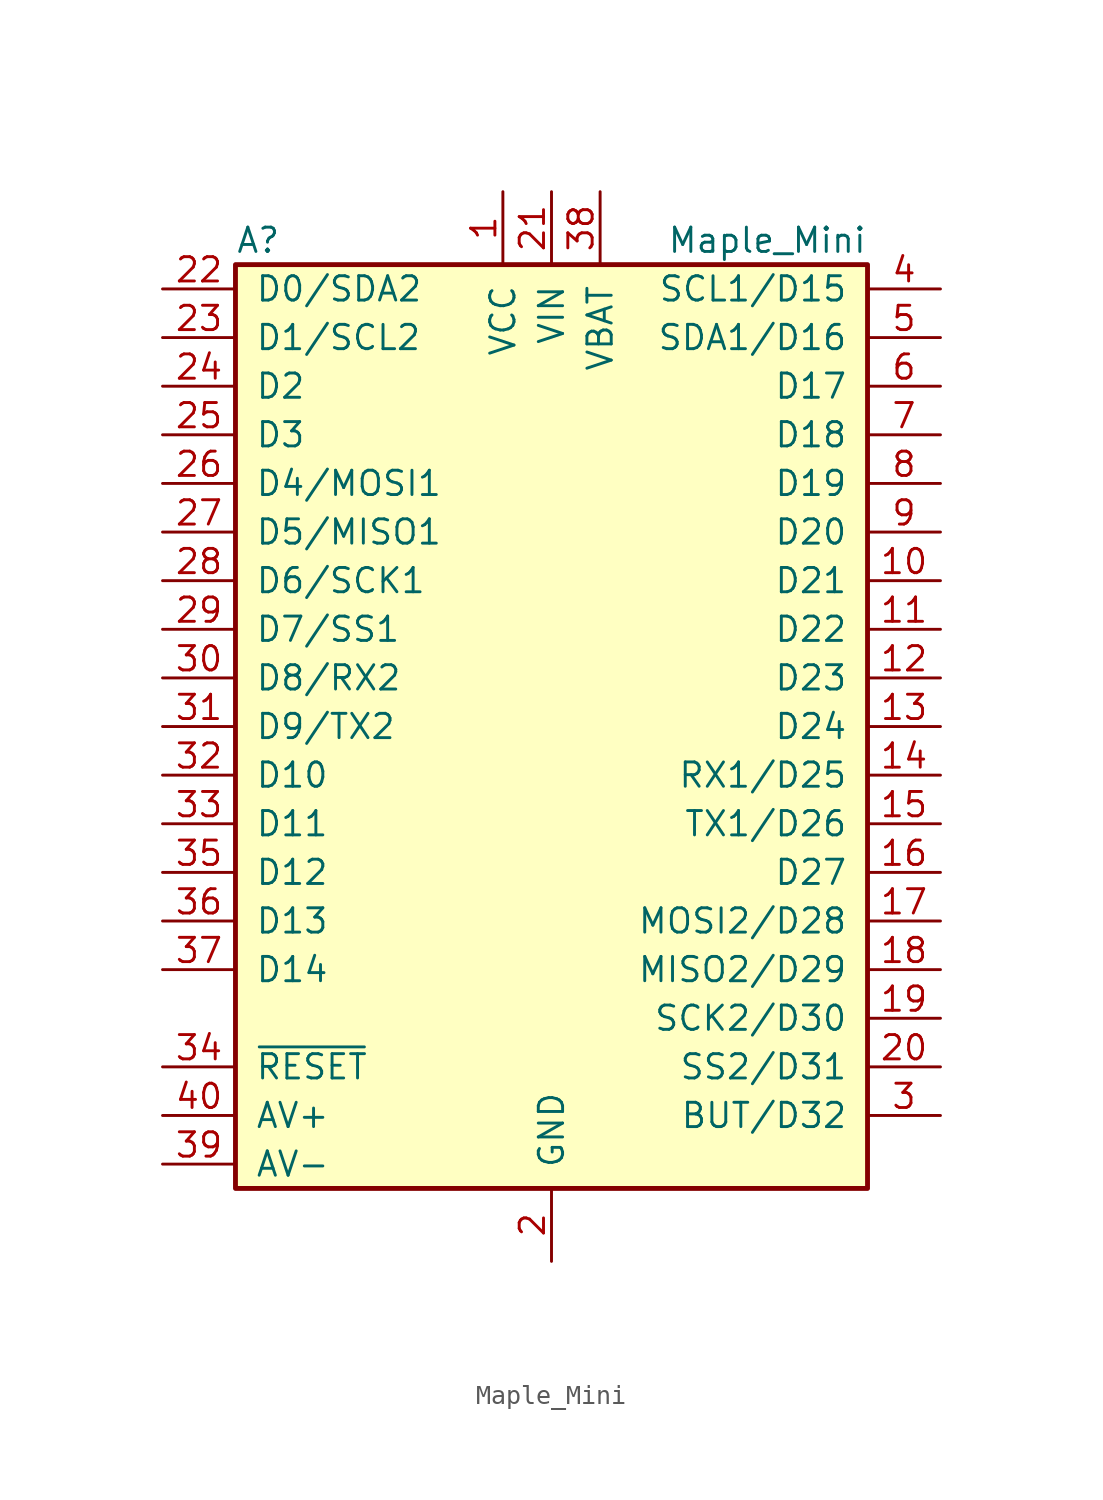
<source format=kicad_sym>
(kicad_symbol_lib
  (version 20201005)
  (generator kicad_symbol_editor)
  (symbol "Maple_Mini"
    (pin_names
      (offset 1.016))
    (property "Reference" "A"
      (at -16.51 25.4 0)
      (effects (font (size 1.27 1.27)) (justify left)))
    (property "Value" "Maple_Mini"
      (at 16.51 25.4 0)
      (effects (font (size 1.27 1.27)) (justify right)))
    (symbol "Maple_Mini_0_1"
      (rectangle (start -16.51 24.13) (end 16.51 -24.13) (stroke (width 0.254)) (fill (type background))))
    (symbol "Maple_Mini_1_1"
      (pin power_in line (at -2.54 27.94 270) (length 3.81) (name "VCC" (effects (font (size 1.27 1.27)))) (number "1" (effects (font (size 1.27 1.27)))))
      (pin bidirectional line (at 20.32 7.62 180) (length 3.81) (name "D21" (effects (font (size 1.27 1.27)))) (number "10" (effects (font (size 1.27 1.27)))))
      (pin bidirectional line (at 20.32 5.08 180) (length 3.81) (name "D22" (effects (font (size 1.27 1.27)))) (number "11" (effects (font (size 1.27 1.27)))))
      (pin bidirectional line (at 20.32 2.54 180) (length 3.81) (name "D23" (effects (font (size 1.27 1.27)))) (number "12" (effects (font (size 1.27 1.27)))))
      (pin bidirectional line (at 20.32 0 180) (length 3.81) (name "D24" (effects (font (size 1.27 1.27)))) (number "13" (effects (font (size 1.27 1.27)))))
      (pin bidirectional line (at 20.32 -2.54 180) (length 3.81) (name "RX1/D25" (effects (font (size 1.27 1.27)))) (number "14" (effects (font (size 1.27 1.27)))))
      (pin bidirectional line (at 20.32 -5.08 180) (length 3.81) (name "TX1/D26" (effects (font (size 1.27 1.27)))) (number "15" (effects (font (size 1.27 1.27)))))
      (pin bidirectional line (at 20.32 -7.62 180) (length 3.81) (name "D27" (effects (font (size 1.27 1.27)))) (number "16" (effects (font (size 1.27 1.27)))))
      (pin bidirectional line (at 20.32 -10.16 180) (length 3.81) (name "MOSI2/D28" (effects (font (size 1.27 1.27)))) (number "17" (effects (font (size 1.27 1.27)))))
      (pin bidirectional line (at 20.32 -12.7 180) (length 3.81) (name "MISO2/D29" (effects (font (size 1.27 1.27)))) (number "18" (effects (font (size 1.27 1.27)))))
      (pin bidirectional line (at 20.32 -15.24 180) (length 3.81) (name "SCK2/D30" (effects (font (size 1.27 1.27)))) (number "19" (effects (font (size 1.27 1.27)))))
      (pin power_in line (at 0 -27.94 90) (length 3.81) (name "GND" (effects (font (size 1.27 1.27)))) (number "2" (effects (font (size 1.27 1.27)))))
      (pin bidirectional line (at 20.32 -17.78 180) (length 3.81) (name "SS2/D31" (effects (font (size 1.27 1.27)))) (number "20" (effects (font (size 1.27 1.27)))))
      (pin power_in line (at 0 27.94 270) (length 3.81) (name "VIN" (effects (font (size 1.27 1.27)))) (number "21" (effects (font (size 1.27 1.27)))))
      (pin bidirectional line (at -20.32 22.86 0) (length 3.81) (name "D0/SDA2" (effects (font (size 1.27 1.27)))) (number "22" (effects (font (size 1.27 1.27)))))
      (pin bidirectional line (at -20.32 20.32 0) (length 3.81) (name "D1/SCL2" (effects (font (size 1.27 1.27)))) (number "23" (effects (font (size 1.27 1.27)))))
      (pin bidirectional line (at -20.32 17.78 0) (length 3.81) (name "D2" (effects (font (size 1.27 1.27)))) (number "24" (effects (font (size 1.27 1.27)))))
      (pin bidirectional line (at -20.32 15.24 0) (length 3.81) (name "D3" (effects (font (size 1.27 1.27)))) (number "25" (effects (font (size 1.27 1.27)))))
      (pin bidirectional line (at -20.32 12.7 0) (length 3.81) (name "D4/MOSI1" (effects (font (size 1.27 1.27)))) (number "26" (effects (font (size 1.27 1.27)))))
      (pin bidirectional line (at -20.32 10.16 0) (length 3.81) (name "D5/MISO1" (effects (font (size 1.27 1.27)))) (number "27" (effects (font (size 1.27 1.27)))))
      (pin bidirectional line (at -20.32 7.62 0) (length 3.81) (name "D6/SCK1" (effects (font (size 1.27 1.27)))) (number "28" (effects (font (size 1.27 1.27)))))
      (pin bidirectional line (at -20.32 5.08 0) (length 3.81) (name "D7/SS1" (effects (font (size 1.27 1.27)))) (number "29" (effects (font (size 1.27 1.27)))))
      (pin bidirectional line (at 20.32 -20.32 180) (length 3.81) (name "BUT/D32" (effects (font (size 1.27 1.27)))) (number "3" (effects (font (size 1.27 1.27)))))
      (pin bidirectional line (at -20.32 2.54 0) (length 3.81) (name "D8/RX2" (effects (font (size 1.27 1.27)))) (number "30" (effects (font (size 1.27 1.27)))))
      (pin bidirectional line (at -20.32 0 0) (length 3.81) (name "D9/TX2" (effects (font (size 1.27 1.27)))) (number "31" (effects (font (size 1.27 1.27)))))
      (pin bidirectional line (at -20.32 -2.54 0) (length 3.81) (name "D10" (effects (font (size 1.27 1.27)))) (number "32" (effects (font (size 1.27 1.27)))))
      (pin bidirectional line (at -20.32 -5.08 0) (length 3.81) (name "D11" (effects (font (size 1.27 1.27)))) (number "33" (effects (font (size 1.27 1.27)))))
      (pin input line (at -20.32 -17.78 0) (length 3.81) (name "~RESET" (effects (font (size 1.27 1.27)))) (number "34" (effects (font (size 1.27 1.27)))))
      (pin bidirectional line (at -20.32 -7.62 0) (length 3.81) (name "D12" (effects (font (size 1.27 1.27)))) (number "35" (effects (font (size 1.27 1.27)))))
      (pin bidirectional line (at -20.32 -10.16 0) (length 3.81) (name "D13" (effects (font (size 1.27 1.27)))) (number "36" (effects (font (size 1.27 1.27)))))
      (pin bidirectional line (at -20.32 -12.7 0) (length 3.81) (name "D14" (effects (font (size 1.27 1.27)))) (number "37" (effects (font (size 1.27 1.27)))))
      (pin power_in line (at 2.54 27.94 270) (length 3.81) (name "VBAT" (effects (font (size 1.27 1.27)))) (number "38" (effects (font (size 1.27 1.27)))))
      (pin output line (at -20.32 -22.86 0) (length 3.81) (name "AV-" (effects (font (size 1.27 1.27)))) (number "39" (effects (font (size 1.27 1.27)))))
      (pin bidirectional line (at 20.32 22.86 180) (length 3.81) (name "SCL1/D15" (effects (font (size 1.27 1.27)))) (number "4" (effects (font (size 1.27 1.27)))))
      (pin output line (at -20.32 -20.32 0) (length 3.81) (name "AV+" (effects (font (size 1.27 1.27)))) (number "40" (effects (font (size 1.27 1.27)))))
      (pin bidirectional line (at 20.32 20.32 180) (length 3.81) (name "SDA1/D16" (effects (font (size 1.27 1.27)))) (number "5" (effects (font (size 1.27 1.27)))))
      (pin bidirectional line (at 20.32 17.78 180) (length 3.81) (name "D17" (effects (font (size 1.27 1.27)))) (number "6" (effects (font (size 1.27 1.27)))))
      (pin bidirectional line (at 20.32 15.24 180) (length 3.81) (name "D18" (effects (font (size 1.27 1.27)))) (number "7" (effects (font (size 1.27 1.27)))))
      (pin bidirectional line (at 20.32 12.7 180) (length 3.81) (name "D19" (effects (font (size 1.27 1.27)))) (number "8" (effects (font (size 1.27 1.27)))))
      (pin bidirectional line (at 20.32 10.16 180) (length 3.81) (name "D20" (effects (font (size 1.27 1.27)))) (number "9" (effects (font (size 1.27 1.27))))))))
</source>
